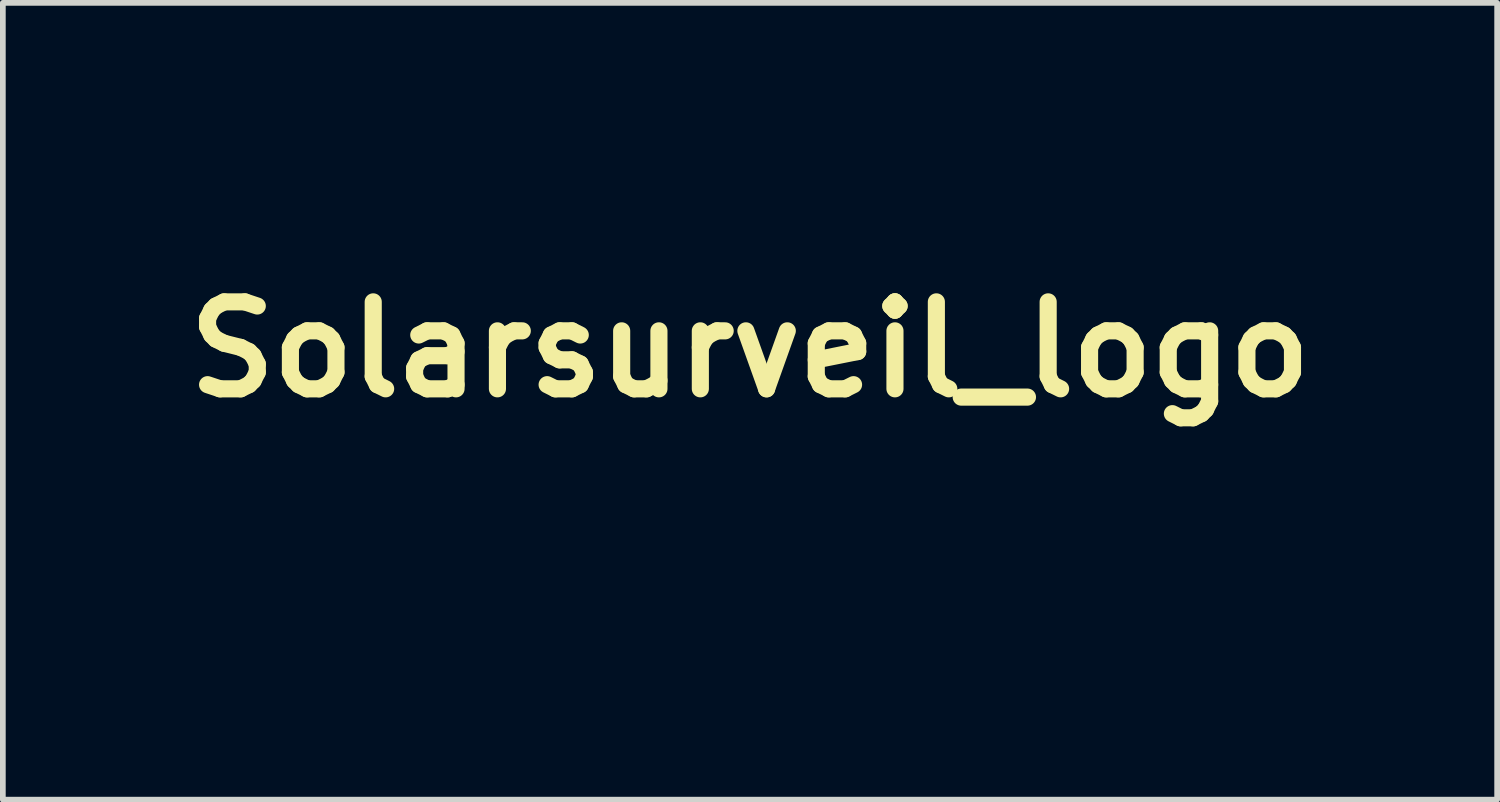
<source format=kicad_pcb>
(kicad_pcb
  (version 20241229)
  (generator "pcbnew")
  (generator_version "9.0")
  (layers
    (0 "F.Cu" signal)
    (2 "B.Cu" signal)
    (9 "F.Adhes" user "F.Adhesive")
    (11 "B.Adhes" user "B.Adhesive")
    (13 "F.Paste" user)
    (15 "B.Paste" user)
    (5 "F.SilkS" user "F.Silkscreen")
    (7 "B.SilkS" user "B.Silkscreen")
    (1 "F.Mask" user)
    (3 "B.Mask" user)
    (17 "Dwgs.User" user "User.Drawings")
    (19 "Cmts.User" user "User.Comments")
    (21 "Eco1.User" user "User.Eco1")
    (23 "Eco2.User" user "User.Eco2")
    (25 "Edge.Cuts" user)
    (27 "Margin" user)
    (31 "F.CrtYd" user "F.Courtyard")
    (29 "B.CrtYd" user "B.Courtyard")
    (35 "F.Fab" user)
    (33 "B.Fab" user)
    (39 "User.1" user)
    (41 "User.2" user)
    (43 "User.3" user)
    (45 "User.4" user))
  (footprint "Solarsurveil_logo"
    (layer "F.Cu")
    (at 10.095 3.075)
    (property "Reference" "Solarsurveil_logo" (at 0 0 0) (layer "F.SilkS") (effects (font (size 1.524 1.524) (thickness 0.3))))
    (attr through_hole)
    (fp_poly (pts (xy -1.329 1.299) (xy -1.338 1.309) (xy -1.348 1.299) (xy -1.338 1.29) (xy -1.329 1.299)) (stroke (width 0.01) (type solid)) (fill no) (layer "Eco2.User"))
    (fp_poly (pts (xy -1.329 1.631) (xy -1.338 1.641) (xy -1.348 1.631) (xy -1.338 1.622) (xy -1.329 1.631)) (stroke (width 0.01) (type solid)) (fill no) (layer "Eco2.User"))
    (fp_poly (pts (xy -0.84 2.081) (xy -0.85 2.091) (xy -0.86 2.081) (xy -0.85 2.071) (xy -0.84 2.081)) (stroke (width 0.01) (type solid)) (fill no) (layer "Eco2.User"))
    (fp_poly (pts (xy -0.274 2.12) (xy -0.283 2.13) (xy -0.293 2.12) (xy -0.283 2.11) (xy -0.274 2.12)) (stroke (width 0.01) (type solid)) (fill no) (layer "Eco2.User"))
    (fp_poly (pts (xy 0.137 2.1) (xy 0.127 2.11) (xy 0.117 2.1) (xy 0.127 2.091) (xy 0.137 2.1)) (stroke (width 0.01) (type solid)) (fill no) (layer "Eco2.User"))
    (fp_poly (pts (xy -0.436 2.097) (xy -0.434 2.12) (xy -0.436 2.123) (xy -0.448 2.12) (xy -0.449 2.11) (xy -0.442 2.094) (xy -0.436 2.097)) (stroke (width 0.01) (type solid)) (fill no) (layer "Eco2.User"))
    (fp_poly (pts (xy 0.306 2.097) (xy 0.308 2.12) (xy 0.306 2.123) (xy 0.294 2.12) (xy 0.293 2.11) (xy 0.3 2.094) (xy 0.306 2.097)) (stroke (width 0.01) (type solid)) (fill no) (layer "Eco2.User"))
    (fp_poly (pts (xy 0.541 -1.967) (xy 0.538 -1.955) (xy 0.528 -1.954) (xy 0.511 -1.961) (xy 0.515 -1.967) (xy 0.538 -1.969) (xy 0.541 -1.967)) (stroke (width 0.01) (type solid)) (fill no) (layer "Eco2.User"))
    (fp_poly (pts (xy 0.873 2.087) (xy 0.875 2.117) (xy 0.871 2.124) (xy 0.863 2.119) (xy 0.861 2.099) (xy 0.866 2.078) (xy 0.873 2.087)) (stroke (width 0.01) (type solid)) (fill no) (layer "Eco2.User"))
    (fp_poly (pts (xy -1.286 1.262) (xy -1.27 1.288) (xy -1.27 1.291) (xy -1.283 1.309) (xy -1.286 1.309) (xy -1.301 1.293) (xy -1.303 1.281) (xy -1.294 1.261) (xy -1.286 1.262)) (stroke (width 0.01) (type solid)) (fill no) (layer "Eco2.User"))
    (fp_poly (pts (xy -1.286 1.633) (xy -1.27 1.659) (xy -1.27 1.662) (xy -1.283 1.68) (xy -1.286 1.68) (xy -1.301 1.664) (xy -1.303 1.652) (xy -1.294 1.632) (xy -1.286 1.633)) (stroke (width 0.01) (type solid)) (fill no) (layer "Eco2.User"))
    (fp_poly (pts (xy -0.339 2.097) (xy -0.332 2.106) (xy -0.349 2.12) (xy -0.371 2.124) (xy -0.403 2.119) (xy -0.41 2.109) (xy -0.394 2.094) (xy -0.371 2.091) (xy -0.339 2.097)) (stroke (width 0.01) (type solid)) (fill no) (layer "Eco2.User"))
    (fp_poly (pts (xy 0.242 2.095) (xy 0.247 2.104) (xy 0.219 2.117) (xy 0.183 2.12) (xy 0.159 2.112) (xy 0.156 2.107) (xy 0.173 2.095) (xy 0.208 2.091) (xy 0.242 2.095)) (stroke (width 0.01) (type solid)) (fill no) (layer "Eco2.User"))
    (fp_poly (pts (xy -0.914 2.095) (xy -0.909 2.107) (xy -0.938 2.119) (xy -0.968 2.125) (xy -1.004 2.123) (xy -1.016 2.111) (xy -0.999 2.097) (xy -0.958 2.091) (xy -0.954 2.091) (xy -0.914 2.095)) (stroke (width 0.01) (type solid)) (fill no) (layer "Eco2.User"))
    (fp_poly (pts (xy 0.798 2.094) (xy 0.815 2.101) (xy 0.814 2.104) (xy 0.783 2.117) (xy 0.739 2.122) (xy 0.702 2.116) (xy 0.693 2.109) (xy 0.702 2.097) (xy 0.74 2.091) (xy 0.754 2.091) (xy 0.798 2.094)) (stroke (width 0.01) (type solid)) (fill no) (layer "Eco2.User"))
    (fp_poly (pts (xy -1.276 0.559) (xy -1.274 0.565) (xy -1.283 0.583) (xy -1.299 0.586) (xy -1.324 0.576) (xy -1.325 0.565) (xy -1.317 0.557) (xy -1.309 0.557) (xy -1.299 0.567) (xy -1.29 0.557) (xy -1.299 0.547) (xy -1.309 0.557) (xy -1.317 0.557) (xy -1.305 0.545) (xy -1.299 0.544) (xy -1.276 0.559)) (stroke (width 0.01) (type solid)) (fill no) (layer "Eco2.User"))
    (fp_poly (pts (xy -1.276 0.931) (xy -1.274 0.936) (xy -1.283 0.954) (xy -1.299 0.957) (xy -1.324 0.947) (xy -1.325 0.936) (xy -1.317 0.928) (xy -1.309 0.928) (xy -1.299 0.938) (xy -1.29 0.928) (xy -1.299 0.918) (xy -1.309 0.928) (xy -1.317 0.928) (xy -1.305 0.916) (xy -1.299 0.915) (xy -1.276 0.931)) (stroke (width 0.01) (type solid)) (fill no) (layer "Eco2.User"))
    (fp_poly (pts (xy -1.293 0.184) (xy -1.272 0.208) (xy -1.27 0.216) (xy -1.284 0.232) (xy -1.314 0.231) (xy -1.339 0.214) (xy -1.339 0.214) (xy -1.344 0.186) (xy -1.34 0.181) (xy -1.33 0.184) (xy -1.329 0.192) (xy -1.315 0.214) (xy -1.308 0.215) (xy -1.297 0.203) (xy -1.301 0.192) (xy -1.303 0.179) (xy -1.293 0.184)) (stroke (width 0.01) (type solid)) (fill no) (layer "Eco2.User"))
    (fp_poly (pts (xy 0.625 -1.948) (xy 0.686 -1.933) (xy 0.78 -1.903) (xy 0.824 -1.888) (xy 1.077 -1.781) (xy 1.31 -1.642) (xy 1.518 -1.474) (xy 1.701 -1.279) (xy 1.857 -1.06) (xy 1.983 -0.82) (xy 2.078 -0.56) (xy 2.128 -0.343) (xy 2.138 -0.272) (xy 2.145 -0.176) (xy 2.149 -0.074) (xy 2.149 -0.025) (xy 2.13 0.248) (xy 2.073 0.513) (xy 1.98 0.767) (xy 1.852 1.008) (xy 1.69 1.231) (xy 1.612 1.319) (xy 1.502 1.436) (xy 1.584 1.311) (xy 1.694 1.121) (xy 1.789 0.911) (xy 1.863 0.698) (xy 1.867 0.682) (xy 1.896 0.547) (xy 1.917 0.387) (xy 1.93 0.215) (xy 1.934 0.042) (xy 1.928 -0.118) (xy 1.915 -0.23) (xy 1.852 -0.514) (xy 1.754 -0.784) (xy 1.625 -1.036) (xy 1.466 -1.269) (xy 1.281 -1.478) (xy 1.07 -1.66) (xy 0.837 -1.813) (xy 0.734 -1.867) (xy 0.653 -1.909) (xy 0.609 -1.936) (xy 0.6 -1.949) (xy 0.625 -1.948)) (stroke (width 0.01) (type solid)) (fill no) (layer "Eco2.User"))
    (fp_poly (pts (xy 0.283 -3.06) (xy 0.616 -3.013) (xy 0.942 -2.931) (xy 1.259 -2.813) (xy 1.562 -2.66) (xy 1.737 -2.551) (xy 2.013 -2.344) (xy 2.261 -2.111) (xy 2.479 -1.855) (xy 2.667 -1.577) (xy 2.823 -1.281) (xy 2.946 -0.969) (xy 3.034 -0.644) (xy 3.087 -0.307) (xy 3.103 0.038) (xy 3.1 0.156) (xy 3.066 0.494) (xy 2.994 0.825) (xy 2.885 1.145) (xy 2.741 1.452) (xy 2.561 1.743) (xy 2.429 1.92) (xy 2.323 2.052) (xy 2.459 2.203) (xy 2.495 2.241) (xy 2.555 2.303) (xy 2.639 2.388) (xy 2.743 2.493) (xy 2.866 2.616) (xy 3.004 2.755) (xy 3.156 2.906) (xy 3.319 3.069) (xy 3.491 3.239) (xy 3.669 3.415) (xy 3.74 3.486) (xy 4.885 4.618) (xy 4.885 4.885) (xy 4.538 4.884) (xy 4.191 4.884) (xy 3.155 3.849) (xy 2.984 3.678) (xy 2.817 3.511) (xy 2.658 3.352) (xy 2.508 3.204) (xy 2.37 3.067) (xy 2.247 2.946) (xy 2.142 2.842) (xy 2.057 2.759) (xy 1.994 2.699) (xy 1.96 2.666) (xy 1.8 2.519) (xy 1.637 2.621) (xy 1.394 2.756) (xy 1.125 2.871) (xy 0.829 2.968) (xy 0.615 3.022) (xy 0.551 3.035) (xy 0.482 3.044) (xy 0.402 3.051) (xy 0.302 3.055) (xy 0.177 3.057) (xy 0.039 3.058) (xy -0.107 3.057) (xy -0.222 3.056) (xy -0.313 3.052) (xy -0.389 3.046) (xy -0.458 3.037) (xy -0.526 3.024) (xy -0.586 3.011) (xy -0.933 2.914) (xy -1.258 2.785) (xy -1.561 2.624) (xy -1.842 2.43) (xy -2.102 2.203) (xy -2.192 2.113) (xy -2.409 1.861) (xy -2.592 1.597) (xy -2.745 1.315) (xy -2.869 1.01) (xy -2.955 0.725) (xy -2.975 0.646) (xy -2.99 0.577) (xy -3.002 0.511) (xy -3.01 0.439) (xy -3.015 0.354) (xy -3.019 0.248) (xy -3.023 0.112) (xy -3.024 0.08) (xy -3.025 -0.02) (xy -2.369 -0.02) (xy -2.352 0.286) (xy -2.303 0.572) (xy -2.22 0.845) (xy -2.103 1.108) (xy -1.948 1.368) (xy -1.825 1.529) (xy -1.673 1.691) (xy -1.501 1.847) (xy -1.317 1.988) (xy -1.131 2.108) (xy -1.045 2.154) (xy -0.913 2.213) (xy -0.756 2.27) (xy -0.588 2.321) (xy -0.423 2.362) (xy -0.275 2.389) (xy -0.264 2.39) (xy -0.185 2.396) (xy -0.081 2.399) (xy 0.038 2.399) (xy 0.158 2.397) (xy 0.267 2.392) (xy 0.352 2.384) (xy 0.361 2.383) (xy 0.66 2.322) (xy 0.945 2.223) (xy 1.216 2.09) (xy 1.469 1.922) (xy 1.704 1.72) (xy 1.732 1.693) (xy 1.936 1.462) (xy 2.107 1.215) (xy 2.243 0.952) (xy 2.344 0.677) (xy 2.409 0.391) (xy 2.437 0.098) (xy 2.435 -0.083) (xy 2.402 -0.398) (xy 2.335 -0.693) (xy 2.233 -0.971) (xy 2.097 -1.233) (xy 1.925 -1.479) (xy 1.76 -1.668) (xy 1.537 -1.873) (xy 1.29 -2.048) (xy 1.023 -2.19) (xy 0.74 -2.298) (xy 0.635 -2.328) (xy 0.546 -2.351) (xy 0.471 -2.368) (xy 0.402 -2.379) (xy 0.329 -2.386) (xy 0.241 -2.389) (xy 0.129 -2.391) (xy 0.059 -2.392) (xy -0.09 -2.391) (xy -0.209 -2.388) (xy -0.306 -2.381) (xy -0.39 -2.369) (xy -0.449 -2.358) (xy -0.747 -2.276) (xy -1.023 -2.163) (xy -1.277 -2.018) (xy -1.514 -1.839) (xy -1.671 -1.693) (xy -1.879 -1.457) (xy -2.05 -1.21) (xy -2.184 -0.951) (xy -2.282 -0.679) (xy -2.343 -0.393) (xy -2.368 -0.093) (xy -2.369 -0.02) (xy -3.025 -0.02) (xy -3.026 -0.123) (xy -3.024 -0.289) (xy -3.017 -0.415) (xy -3.009 -0.485) (xy -2.937 -0.814) (xy -2.829 -1.13) (xy -2.688 -1.431) (xy -2.516 -1.714) (xy -2.315 -1.977) (xy -2.087 -2.218) (xy -1.835 -2.434) (xy -1.561 -2.622) (xy -1.266 -2.781) (xy -0.954 -2.908) (xy -0.718 -2.979) (xy -0.388 -3.043) (xy -0.052 -3.07) (xy 0.283 -3.06)) (stroke (width 0.01) (type solid)) (fill no) (layer "Eco2.User"))
    (fp_poly (pts (xy 1.368 0.183) (xy 1.372 0.187) (xy 1.369 0.208) (xy 1.351 0.253) (xy 1.328 0.299) (xy 1.296 0.363) (xy 1.27 0.42) (xy 1.26 0.447) (xy 1.254 0.479) (xy 1.268 0.488) (xy 1.307 0.482) (xy 1.35 0.479) (xy 1.368 0.488) (xy 1.368 0.489) (xy 1.351 0.502) (xy 1.308 0.508) (xy 1.299 0.508) (xy 1.264 0.51) (xy 1.239 0.52) (xy 1.217 0.546) (xy 1.191 0.595) (xy 1.164 0.653) (xy 1.122 0.746) (xy 1.095 0.808) (xy 1.086 0.845) (xy 1.093 0.863) (xy 1.117 0.866) (xy 1.16 0.86) (xy 1.184 0.856) (xy 1.268 0.843) (xy 1.322 0.836) (xy 1.351 0.835) (xy 1.364 0.84) (xy 1.367 0.85) (xy 1.35 0.861) (xy 1.303 0.874) (xy 1.235 0.886) (xy 1.209 0.889) (xy 1.049 0.909) (xy 0.926 1.182) (xy 0.883 1.278) (xy 0.846 1.363) (xy 0.819 1.43) (xy 0.804 1.471) (xy 0.802 1.48) (xy 0.789 1.503) (xy 0.761 1.495) (xy 0.751 1.487) (xy 0.727 1.475) (xy 0.672 1.454) (xy 0.595 1.427) (xy 0.502 1.396) (xy 0.471 1.386) (xy 0.209 1.303) (xy 0.08 1.438) (xy 0.008 1.514) (xy -0.077 1.603) (xy -0.162 1.692) (xy -0.2 1.732) (xy -0.351 1.89) (xy -0.466 1.83) (xy -0.581 1.77) (xy -0.735 1.885) (xy -0.804 1.938) (xy -0.861 1.984) (xy -0.9 2.018) (xy -0.91 2.029) (xy -0.932 2.047) (xy -0.947 2.033) (xy -0.948 2.003) (xy -0.94 1.994) (xy -0.9 1.968) (xy -0.846 1.929) (xy -0.784 1.884) (xy -0.723 1.838) (xy -0.671 1.797) (xy -0.636 1.768) (xy -0.626 1.757) (xy -0.631 1.753) (xy -0.555 1.753) (xy -0.478 1.794) (xy -0.424 1.819) (xy -0.38 1.834) (xy -0.369 1.836) (xy -0.342 1.823) (xy -0.298 1.787) (xy -0.244 1.735) (xy -0.224 1.714) (xy -0.16 1.646) (xy -0.081 1.563) (xy 0.001 1.478) (xy 0.045 1.431) (xy 0.2 1.27) (xy 0.482 1.36) (xy 0.581 1.391) (xy 0.666 1.415) (xy 0.73 1.433) (xy 0.767 1.441) (xy 0.774 1.441) (xy 0.785 1.42) (xy 0.809 1.371) (xy 0.842 1.3) (xy 0.882 1.212) (xy 0.897 1.18) (xy 0.944 1.074) (xy 0.974 1) (xy 0.987 0.953) (xy 0.981 0.927) (xy 0.957 0.919) (xy 0.913 0.924) (xy 0.861 0.935) (xy 0.813 0.944) (xy 0.774 0.941) (xy 0.73 0.923) (xy 0.667 0.887) (xy 0.608 0.853) (xy 0.56 0.829) (xy 0.536 0.821) (xy 0.514 0.834) (xy 0.473 0.87) (xy 0.417 0.923) (xy 0.365 0.974) (xy 0.216 1.128) (xy 0.099 1.087) (xy 0.038 1.067) (xy -0.007 1.056) (xy -0.025 1.056) (xy -0.044 1.084) (xy -0.078 1.137) (xy -0.12 1.206) (xy -0.168 1.286) (xy -0.216 1.368) (xy -0.261 1.446) (xy -0.298 1.512) (xy -0.323 1.558) (xy -0.332 1.578) (xy -0.348 1.601) (xy -0.366 1.611) (xy -0.401 1.63) (xy -0.45 1.665) (xy -0.478 1.688) (xy -0.555 1.753) (xy -0.631 1.753) (xy -0.642 1.745) (xy -0.686 1.72) (xy -0.749 1.688) (xy -0.786 1.67) (xy -0.868 1.631) (xy -0.919 1.606) (xy -0.948 1.591) (xy -0.959 1.582) (xy -0.958 1.576) (xy -0.952 1.57) (xy -0.93 1.574) (xy -0.883 1.592) (xy -0.816 1.623) (xy -0.764 1.649) (xy -0.589 1.739) (xy -0.475 1.645) (xy -0.418 1.592) (xy -0.362 1.529) (xy -0.303 1.448) (xy -0.235 1.342) (xy -0.209 1.3) (xy -0.157 1.212) (xy -0.114 1.135) (xy -0.085 1.076) (xy -0.072 1.041) (xy -0.072 1.035) (xy -0.093 1.024) (xy 0.003 1.024) (xy 0.037 1.042) (xy 0.091 1.058) (xy 0.149 1.071) (xy 0.197 1.075) (xy 0.215 1.073) (xy 0.242 1.053) (xy 0.289 1.013) (xy 0.348 0.96) (xy 0.381 0.931) (xy 0.517 0.805) (xy 0.5 0.797) (xy 0.559 0.797) (xy 0.656 0.847) (xy 0.748 0.884) (xy 0.843 0.897) (xy 0.956 0.887) (xy 0.961 0.887) (xy 0.995 0.879) (xy 1.021 0.864) (xy 1.045 0.836) (xy 1.072 0.786) (xy 1.109 0.708) (xy 1.11 0.706) (xy 1.143 0.633) (xy 1.167 0.574) (xy 1.18 0.538) (xy 1.181 0.531) (xy 1.161 0.53) (xy 1.11 0.535) (xy 1.038 0.542) (xy 0.983 0.549) (xy 0.791 0.574) (xy 0.675 0.685) (xy 0.559 0.797) (xy 0.5 0.797) (xy 0.367 0.731) (xy 0.298 0.698) (xy 0.244 0.675) (xy 0.213 0.665) (xy 0.209 0.665) (xy 0.191 0.692) (xy 0.16 0.741) (xy 0.123 0.804) (xy 0.084 0.871) (xy 0.048 0.935) (xy 0.02 0.987) (xy 0.004 1.019) (xy 0.003 1.024) (xy -0.093 1.024) (xy -0.098 1.022) (xy -0.15 1.003) (xy -0.217 0.982) (xy -0.217 0.981) (xy -0.297 0.961) (xy -0.35 0.955) (xy -0.383 0.964) (xy -0.416 0.985) (xy -0.471 1.025) (xy -0.543 1.078) (xy -0.623 1.138) (xy -0.704 1.201) (xy -0.779 1.259) (xy -0.841 1.309) (xy -0.881 1.343) (xy -0.884 1.345) (xy -0.922 1.373) (xy -0.949 1.381) (xy -0.952 1.379) (xy -0.95 1.358) (xy -0.932 1.341) (xy -0.897 1.317) (xy -0.84 1.275) (xy -0.767 1.221) (xy -0.686 1.16) (xy -0.604 1.098) (xy -0.527 1.038) (xy -0.463 0.988) (xy -0.419 0.953) (xy -0.404 0.94) (xy -0.385 0.924) (xy -0.364 0.917) (xy -0.331 0.922) (xy -0.278 0.938) (xy -0.21 0.961) (xy -0.13 0.988) (xy -0.077 1.002) (xy -0.046 1.002) (xy -0.029 0.992) (xy -0.007 0.962) (xy 0.027 0.911) (xy 0.066 0.846) (xy 0.106 0.778) (xy 0.141 0.716) (xy 0.166 0.669) (xy 0.176 0.645) (xy 0.184 0.624) (xy 0.21 0.621) (xy 0.259 0.638) (xy 0.335 0.677) (xy 0.37 0.697) (xy 0.53 0.787) (xy 0.651 0.668) (xy 0.772 0.549) (xy 0.984 0.525) (xy 1.197 0.5) (xy 1.263 0.363) (xy 1.294 0.295) (xy 1.317 0.238) (xy 1.328 0.204) (xy 1.329 0.201) (xy 1.341 0.178) (xy 1.368 0.183)) (stroke (width 0.01) (type solid)) (fill no) (layer "Eco2.User"))
    (fp_poly (pts (xy -0.425 -1.867) (xy -0.416 -1.864) (xy -0.382 -1.847) (xy -0.322 -1.812) (xy -0.243 -1.763) (xy -0.151 -1.705) (xy -0.078 -1.658) (xy 0.032 -1.586) (xy 0.148 -1.511) (xy 0.257 -1.44) (xy 0.35 -1.38) (xy 0.386 -1.357) (xy 0.594 -1.223) (xy 0.773 -1.106) (xy 0.924 -1.008) (xy 1.044 -0.928) (xy 1.134 -0.868) (xy 1.192 -0.827) (xy 1.218 -0.806) (xy 1.219 -0.805) (xy 1.214 -0.78) (xy 1.185 -0.748) (xy 1.183 -0.747) (xy 1.135 -0.709) (xy 1.261 -0.626) (xy 1.336 -0.571) (xy 1.378 -0.524) (xy 1.388 -0.481) (xy 1.37 -0.435) (xy 1.362 -0.423) (xy 1.338 -0.405) (xy 1.283 -0.376) (xy 1.202 -0.336) (xy 1.102 -0.289) (xy 0.987 -0.237) (xy 0.911 -0.204) (xy 0.772 -0.144) (xy 0.662 -0.097) (xy 0.573 -0.063) (xy 0.498 -0.04) (xy 0.43 -0.027) (xy 0.362 -0.022) (xy 0.286 -0.023) (xy 0.194 -0.03) (xy 0.081 -0.04) (xy 0.068 -0.041) (xy -0.091 -0.056) (xy -0.278 -0.073) (xy -0.478 -0.091) (xy -0.68 -0.108) (xy -0.871 -0.125) (xy -1.036 -0.138) (xy -1.138 -0.147) (xy -1.228 -0.157) (xy -1.298 -0.166) (xy -1.339 -0.173) (xy -1.345 -0.175) (xy -1.353 -0.186) (xy -1.359 -0.212) (xy -1.36 -0.217) (xy -1.103 -0.217) (xy -1.1 -0.21) (xy -1.061 -0.201) (xy -0.989 -0.192) (xy -0.887 -0.181) (xy -0.83 -0.177) (xy -0.709 -0.167) (xy -0.589 -0.157) (xy -0.481 -0.147) (xy -0.396 -0.14) (xy -0.371 -0.137) (xy -0.295 -0.13) (xy -0.232 -0.123) (xy -0.193 -0.12) (xy -0.191 -0.12) (xy -0.172 -0.123) (xy -0.162 -0.143) (xy -0.16 -0.159) (xy -0.098 -0.159) (xy -0.091 -0.135) (xy -0.068 -0.118) (xy -0.021 -0.106) (xy 0.055 -0.097) (xy 0.127 -0.091) (xy 0.195 -0.087) (xy 0.255 -0.083) (xy 0.274 -0.082) (xy 0.322 -0.079) (xy 0.315 -0.085) (xy 0.467 -0.085) (xy 0.474 -0.078) (xy 0.492 -0.086) (xy 0.542 -0.107) (xy 0.617 -0.139) (xy 0.712 -0.18) (xy 0.824 -0.228) (xy 0.898 -0.26) (xy 1.017 -0.313) (xy 1.123 -0.361) (xy 1.212 -0.403) (xy 1.278 -0.436) (xy 1.316 -0.458) (xy 1.324 -0.465) (xy 1.309 -0.464) (xy 1.263 -0.449) (xy 1.192 -0.421) (xy 1.099 -0.384) (xy 0.99 -0.338) (xy 0.925 -0.31) (xy 0.806 -0.259) (xy 0.699 -0.212) (xy 0.609 -0.173) (xy 0.542 -0.144) (xy 0.501 -0.126) (xy 0.493 -0.123) (xy 0.474 -0.106) (xy 0.467 -0.085) (xy 0.315 -0.085) (xy 0.274 -0.117) (xy 0.247 -0.135) (xy 0.218 -0.148) (xy 0.176 -0.159) (xy 0.113 -0.171) (xy 0.022 -0.184) (xy -0.005 -0.187) (xy -0.061 -0.193) (xy -0.088 -0.189) (xy -0.097 -0.172) (xy -0.098 -0.159) (xy -0.16 -0.159) (xy -0.157 -0.187) (xy -0.156 -0.252) (xy -0.156 -0.315) (xy -0.098 -0.315) (xy -0.087 -0.265) (xy -0.064 -0.248) (xy -0.027 -0.242) (xy 0.02 -0.238) (xy 0.064 -0.236) (xy 0.093 -0.238) (xy 0.096 -0.241) (xy 0.077 -0.255) (xy 0.035 -0.283) (xy -0.005 -0.31) (xy -0.098 -0.373) (xy -0.098 -0.315) (xy -0.156 -0.315) (xy -0.156 -0.387) (xy -0.239 -0.396) (xy -0.295 -0.395) (xy -0.383 -0.383) (xy -0.505 -0.36) (xy -0.661 -0.326) (xy -0.694 -0.318) (xy -0.811 -0.291) (xy -0.917 -0.265) (xy -1.006 -0.243) (xy -1.069 -0.227) (xy -1.102 -0.217) (xy -1.103 -0.217) (xy -1.36 -0.217) (xy -1.364 -0.257) (xy -1.368 -0.324) (xy -1.37 -0.417) (xy -1.37 -0.459) (xy -1.321 -0.459) (xy -1.321 -0.377) (xy -1.319 -0.323) (xy -1.318 -0.3) (xy -1.315 -0.311) (xy -1.314 -0.326) (xy -1.312 -0.415) (xy -1.312 -0.516) (xy -1.314 -0.58) (xy -1.317 -0.611) (xy -1.319 -0.605) (xy -1.32 -0.566) (xy -1.321 -0.497) (xy -1.321 -0.459) (xy -1.37 -0.459) (xy -1.371 -0.541) (xy -1.372 -0.687) (xy -1.25 -0.687) (xy -1.25 -0.238) (xy -1.187 -0.256) (xy -1.145 -0.266) (xy -1.075 -0.284) (xy -0.983 -0.306) (xy -0.88 -0.331) (xy -0.84 -0.34) (xy -0.735 -0.365) (xy -0.638 -0.388) (xy -0.558 -0.406) (xy -0.505 -0.418) (xy -0.493 -0.42) (xy -0.453 -0.432) (xy -0.435 -0.452) (xy -0.431 -0.493) (xy -0.312 -0.493) (xy -0.304 -0.47) (xy -0.275 -0.452) (xy -0.258 -0.45) (xy -0.237 -0.453) (xy -0.248 -0.467) (xy -0.262 -0.479) (xy -0.297 -0.498) (xy -0.312 -0.493) (xy -0.431 -0.493) (xy -0.43 -0.495) (xy -0.43 -0.514) (xy -0.431 -0.596) (xy -0.813 -0.85) (xy -0.923 -0.923) (xy -1.022 -0.989) (xy -1.107 -1.044) (xy -1.172 -1.087) (xy -1.213 -1.113) (xy -1.223 -1.12) (xy -1.232 -1.12) (xy -1.239 -1.106) (xy -1.244 -1.074) (xy -1.247 -1.02) (xy -1.249 -0.939) (xy -1.25 -0.827) (xy -1.25 -0.687) (xy -1.372 -0.687) (xy -1.372 -0.698) (xy -1.372 -0.773) (xy -1.372 -1.006) (xy -1.302 -1.006) (xy -1.301 -0.941) (xy -1.3 -0.906) (xy -1.297 -0.904) (xy -1.295 -0.924) (xy -1.292 -1.002) (xy -1.293 -1.081) (xy -1.295 -1.1) (xy -1.298 -1.118) (xy -1.3 -1.101) (xy -1.302 -1.053) (xy -1.302 -1.006) (xy -1.372 -1.006) (xy -1.372 -1.273) (xy -1.329 -1.273) (xy -1.313 -1.26) (xy -1.268 -1.227) (xy -1.198 -1.177) (xy -1.106 -1.113) (xy -0.995 -1.037) (xy -0.869 -0.952) (xy -0.732 -0.86) (xy -0.702 -0.84) (xy -0.55 -0.738) (xy -0.399 -0.637) (xy -0.252 -0.539) (xy -0.117 -0.448) (xy 0.002 -0.368) (xy 0.099 -0.303) (xy 0.163 -0.26) (xy 0.263 -0.193) (xy 0.335 -0.147) (xy 0.383 -0.117) (xy 0.412 -0.103) (xy 0.427 -0.101) (xy 0.43 -0.108) (xy 0.414 -0.12) (xy 0.369 -0.152) (xy 0.297 -0.202) (xy 0.201 -0.267) (xy 0.172 -0.287) (xy 0.273 -0.287) (xy 0.356 -0.231) (xy 0.407 -0.2) (xy 0.444 -0.18) (xy 0.456 -0.176) (xy 0.481 -0.183) (xy 0.53 -0.201) (xy 0.573 -0.218) (xy 0.631 -0.244) (xy 0.675 -0.265) (xy 0.69 -0.274) (xy 0.684 -0.291) (xy 0.652 -0.32) (xy 0.623 -0.341) (xy 0.542 -0.395) (xy 0.273 -0.287) (xy 0.172 -0.287) (xy 0.085 -0.345) (xy -0.05 -0.436) (xy -0.199 -0.535) (xy -0.213 -0.545) (xy -0.098 -0.545) (xy -0.082 -0.529) (xy -0.043 -0.499) (xy 0.013 -0.46) (xy 0.075 -0.419) (xy 0.136 -0.38) (xy 0.187 -0.349) (xy 0.218 -0.333) (xy 0.222 -0.332) (xy 0.249 -0.339) (xy 0.299 -0.356) (xy 0.354 -0.376) (xy 0.413 -0.4) (xy 0.454 -0.42) (xy 0.609 -0.42) (xy 0.62 -0.408) (xy 0.654 -0.384) (xy 0.699 -0.357) (xy 0.745 -0.331) (xy 0.778 -0.315) (xy 0.786 -0.313) (xy 0.81 -0.32) (xy 0.859 -0.34) (xy 0.925 -0.368) (xy 0.939 -0.374) (xy 1.077 -0.436) (xy 0.989 -0.491) (xy 0.9 -0.546) (xy 0.758 -0.486) (xy 0.69 -0.457) (xy 0.638 -0.434) (xy 0.611 -0.421) (xy 0.609 -0.42) (xy 0.454 -0.42) (xy 0.455 -0.42) (xy 0.468 -0.43) (xy 0.453 -0.444) (xy 0.413 -0.475) (xy 0.353 -0.516) (xy 0.312 -0.544) (xy 0.156 -0.648) (xy 0.029 -0.603) (xy -0.034 -0.578) (xy -0.079 -0.558) (xy -0.098 -0.545) (xy -0.098 -0.545) (xy -0.213 -0.545) (xy -0.359 -0.643) (xy -0.449 -0.703) (xy -0.615 -0.813) (xy -0.642 -0.831) (xy -0.517 -0.831) (xy -0.5 -0.804) (xy -0.453 -0.768) (xy -0.374 -0.714) (xy -0.366 -0.709) (xy -0.292 -0.661) (xy -0.23 -0.621) (xy -0.188 -0.596) (xy -0.172 -0.588) (xy -0.147 -0.593) (xy -0.099 -0.609) (xy -0.064 -0.622) (xy -0.002 -0.646) (xy 0.037 -0.661) (xy 0.25 -0.661) (xy 0.251 -0.66) (xy 0.284 -0.632) (xy 0.337 -0.594) (xy 0.399 -0.553) (xy 0.461 -0.514) (xy 0.512 -0.485) (xy 0.543 -0.47) (xy 0.546 -0.47) (xy 0.577 -0.476) (xy 0.632 -0.494) (xy 0.7 -0.519) (xy 0.702 -0.52) (xy 0.766 -0.546) (xy 0.814 -0.566) (xy 0.815 -0.567) (xy 0.977 -0.567) (xy 0.993 -0.552) (xy 1.029 -0.527) (xy 1.075 -0.5) (xy 1.116 -0.478) (xy 1.139 -0.47) (xy 1.165 -0.476) (xy 1.211 -0.493) (xy 1.222 -0.497) (xy 1.265 -0.517) (xy 1.289 -0.532) (xy 1.29 -0.534) (xy 1.275 -0.548) (xy 1.237 -0.576) (xy 1.213 -0.593) (xy 1.165 -0.623) (xy 1.131 -0.633) (xy 1.095 -0.625) (xy 1.057 -0.61) (xy 1.009 -0.588) (xy 0.981 -0.571) (xy 0.977 -0.567) (xy 0.815 -0.567) (xy 0.836 -0.577) (xy 0.837 -0.577) (xy 0.824 -0.589) (xy 0.787 -0.616) (xy 0.733 -0.653) (xy 0.671 -0.695) (xy 0.609 -0.735) (xy 0.555 -0.768) (xy 0.551 -0.77) (xy 0.523 -0.772) (xy 0.474 -0.761) (xy 0.413 -0.743) (xy 0.35 -0.72) (xy 0.296 -0.697) (xy 0.259 -0.675) (xy 0.25 -0.661) (xy 0.037 -0.661) (xy 0.049 -0.665) (xy 0.066 -0.671) (xy 0.075 -0.681) (xy 0.063 -0.699) (xy 0.027 -0.729) (xy -0.037 -0.774) (xy -0.089 -0.809) (xy -0.279 -0.934) (xy -0.384 -0.898) (xy -0.458 -0.872) (xy -0.502 -0.851) (xy -0.517 -0.831) (xy -0.642 -0.831) (xy -0.77 -0.915) (xy -0.913 -1.009) (xy -1.039 -1.091) (xy -1.075 -1.115) (xy -0.964 -1.115) (xy -0.963 -1.113) (xy -0.938 -1.094) (xy -0.89 -1.061) (xy -0.829 -1.02) (xy -0.762 -0.977) (xy -0.698 -0.935) (xy -0.645 -0.902) (xy -0.612 -0.882) (xy -0.605 -0.879) (xy -0.582 -0.885) (xy -0.533 -0.9) (xy -0.473 -0.92) (xy -0.411 -0.942) (xy -0.385 -0.952) (xy -0.19 -0.952) (xy -0.173 -0.935) (xy -0.129 -0.903) (xy -0.067 -0.859) (xy -0.011 -0.823) (xy 0.162 -0.71) (xy 0.438 -0.814) (xy 0.586 -0.814) (xy 0.747 -0.711) (xy 0.816 -0.666) (xy 0.871 -0.632) (xy 0.904 -0.61) (xy 0.911 -0.606) (xy 0.929 -0.613) (xy 0.971 -0.631) (xy 0.996 -0.642) (xy 1.077 -0.679) (xy 0.965 -0.752) (xy 1.075 -0.752) (xy 1.084 -0.742) (xy 1.094 -0.752) (xy 1.084 -0.762) (xy 1.075 -0.752) (xy 0.965 -0.752) (xy 0.936 -0.772) (xy 0.875 -0.811) (xy 0.977 -0.811) (xy 0.987 -0.801) (xy 0.996 -0.811) (xy 0.987 -0.821) (xy 0.977 -0.811) (xy 0.875 -0.811) (xy 0.869 -0.814) (xy 0.814 -0.847) (xy 0.809 -0.85) (xy 0.918 -0.85) (xy 0.928 -0.84) (xy 0.938 -0.85) (xy 0.928 -0.86) (xy 0.918 -0.85) (xy 0.809 -0.85) (xy 0.779 -0.865) (xy 0.773 -0.867) (xy 0.743 -0.862) (xy 0.692 -0.848) (xy 0.669 -0.841) (xy 0.586 -0.814) (xy 0.438 -0.814) (xy 0.47 -0.826) (xy 0.318 -0.923) (xy 0.246 -0.969) (xy 0.183 -1.009) (xy 0.138 -1.037) (xy 0.128 -1.044) (xy 0.102 -1.055) (xy 0.068 -1.054) (xy 0.015 -1.041) (xy -0.053 -1.019) (xy -0.12 -0.993) (xy -0.168 -0.97) (xy -0.19 -0.954) (xy -0.19 -0.952) (xy -0.385 -0.952) (xy -0.368 -0.959) (xy -0.352 -0.968) (xy -0.367 -0.982) (xy -0.408 -1.012) (xy -0.469 -1.054) (xy -0.529 -1.095) (xy -0.707 -1.215) (xy -0.843 -1.171) (xy -0.907 -1.149) (xy -0.949 -1.128) (xy -0.964 -1.115) (xy -1.075 -1.115) (xy -1.146 -1.161) (xy -1.231 -1.215) (xy -1.291 -1.253) (xy -1.324 -1.272) (xy -1.329 -1.273) (xy -1.372 -1.273) (xy -1.372 -1.329) (xy -1.256 -1.329) (xy -1.249 -1.312) (xy -1.216 -1.281) (xy -1.168 -1.244) (xy -1.101 -1.202) (xy -1.043 -1.183) (xy -0.982 -1.185) (xy -0.906 -1.208) (xy -0.857 -1.228) (xy -0.847 -1.232) (xy -0.625 -1.232) (xy -0.61 -1.219) (xy -0.57 -1.19) (xy -0.514 -1.151) (xy -0.45 -1.107) (xy -0.386 -1.065) (xy -0.33 -1.029) (xy -0.29 -1.004) (xy -0.277 -0.998) (xy -0.256 -1.003) (xy -0.209 -1.019) (xy -0.143 -1.042) (xy -0.125 -1.048) (xy -0.057 -1.073) (xy -0.007 -1.093) (xy -0.002 -1.095) (xy 0.186 -1.095) (xy 0.198 -1.079) (xy 0.235 -1.049) (xy 0.289 -1.01) (xy 0.353 -0.966) (xy 0.418 -0.924) (xy 0.477 -0.889) (xy 0.521 -0.866) (xy 0.539 -0.86) (xy 0.571 -0.866) (xy 0.62 -0.88) (xy 0.623 -0.881) (xy 0.647 -0.893) (xy 0.863 -0.893) (xy 0.868 -0.882) (xy 0.887 -0.861) (xy 0.899 -0.866) (xy 0.899 -0.868) (xy 0.885 -0.885) (xy 0.876 -0.891) (xy 0.863 -0.893) (xy 0.647 -0.893) (xy 0.663 -0.901) (xy 0.68 -0.92) (xy 0.679 -0.922) (xy 0.673 -0.928) (xy 0.801 -0.928) (xy 0.811 -0.918) (xy 0.821 -0.928) (xy 0.811 -0.938) (xy 0.801 -0.928) (xy 0.673 -0.928) (xy 0.661 -0.94) (xy 0.619 -0.971) (xy 0.746 -0.971) (xy 0.75 -0.96) (xy 0.77 -0.939) (xy 0.781 -0.944) (xy 0.782 -0.946) (xy 0.768 -0.963) (xy 0.759 -0.969) (xy 0.746 -0.971) (xy 0.619 -0.971) (xy 0.617 -0.973) (xy 0.554 -1.016) (xy 0.533 -1.03) (xy 0.649 -1.03) (xy 0.652 -1.024) (xy 0.673 -1.007) (xy 0.708 -0.982) (xy 0.722 -0.979) (xy 0.723 -0.986) (xy 0.708 -1) (xy 0.679 -1.016) (xy 0.649 -1.03) (xy 0.533 -1.03) (xy 0.504 -1.049) (xy 0.472 -1.069) (xy 0.589 -1.069) (xy 0.594 -1.058) (xy 0.614 -1.037) (xy 0.625 -1.041) (xy 0.625 -1.044) (xy 0.611 -1.061) (xy 0.603 -1.067) (xy 0.589 -1.069) (xy 0.472 -1.069) (xy 0.427 -1.097) (xy 0.408 -1.108) (xy 0.531 -1.108) (xy 0.535 -1.097) (xy 0.555 -1.076) (xy 0.566 -1.081) (xy 0.567 -1.083) (xy 0.553 -1.1) (xy 0.544 -1.106) (xy 0.531 -1.108) (xy 0.408 -1.108) (xy 0.374 -1.127) (xy 0.337 -1.142) (xy 0.307 -1.144) (xy 0.276 -1.137) (xy 0.265 -1.134) (xy 0.217 -1.115) (xy 0.188 -1.098) (xy 0.186 -1.095) (xy -0.002 -1.095) (xy 0.018 -1.105) (xy 0.02 -1.106) (xy 0.004 -1.119) (xy -0.037 -1.149) (xy -0.097 -1.19) (xy -0.152 -1.227) (xy -0.323 -1.34) (xy -0.474 -1.291) (xy -0.544 -1.268) (xy -0.597 -1.247) (xy -0.623 -1.234) (xy -0.625 -1.232) (xy -0.847 -1.232) (xy -0.777 -1.262) (xy -0.892 -1.336) (xy -1.006 -1.41) (xy -1.123 -1.376) (xy -1.187 -1.356) (xy -1.236 -1.339) (xy -1.256 -1.329) (xy -1.372 -1.329) (xy -1.372 -1.356) (xy -1.236 -1.398) (xy -1.168 -1.419) (xy -1.164 -1.42) (xy -0.901 -1.42) (xy -0.886 -1.401) (xy -0.846 -1.37) (xy -0.8 -1.339) (xy -0.698 -1.275) (xy -0.543 -1.326) (xy -0.469 -1.351) (xy -0.454 -1.357) (xy -0.258 -1.357) (xy -0.085 -1.247) (xy -0.013 -1.201) (xy 0.047 -1.164) (xy 0.088 -1.14) (xy 0.1 -1.134) (xy 0.124 -1.141) (xy 0.17 -1.157) (xy 0.186 -1.164) (xy 0.221 -1.179) (xy 0.239 -1.192) (xy 0.236 -1.208) (xy 0.21 -1.232) (xy 0.198 -1.241) (xy 0.313 -1.241) (xy 0.327 -1.227) (xy 0.364 -1.201) (xy 0.411 -1.169) (xy 0.458 -1.139) (xy 0.492 -1.119) (xy 0.503 -1.114) (xy 0.508 -1.122) (xy 0.493 -1.135) (xy 0.453 -1.163) (xy 0.41 -1.19) (xy 0.359 -1.22) (xy 0.323 -1.238) (xy 0.313 -1.241) (xy 0.198 -1.241) (xy 0.158 -1.268) (xy 0.082 -1.316) (xy -0.002 -1.367) (xy -0.066 -1.395) (xy -0.119 -1.403) (xy -0.171 -1.393) (xy -0.202 -1.381) (xy -0.258 -1.357) (xy -0.454 -1.357) (xy -0.426 -1.369) (xy -0.41 -1.383) (xy -0.415 -1.396) (xy -0.424 -1.403) (xy -0.462 -1.429) (xy -0.517 -1.463) (xy -0.538 -1.476) (xy -0.617 -1.523) (xy -0.76 -1.48) (xy -0.827 -1.457) (xy -0.877 -1.436) (xy -0.901 -1.421) (xy -0.901 -1.42) (xy -1.164 -1.42) (xy -1.073 -1.447) (xy -0.962 -1.479) (xy -0.846 -1.512) (xy -0.804 -1.524) (xy -0.759 -1.537) (xy -0.507 -1.537) (xy -0.483 -1.511) (xy -0.442 -1.478) (xy -0.395 -1.446) (xy -0.35 -1.421) (xy -0.316 -1.409) (xy -0.313 -1.409) (xy -0.275 -1.416) (xy -0.223 -1.432) (xy -0.218 -1.433) (xy -0.152 -1.457) (xy -0.257 -1.526) (xy -0.311 -1.562) (xy -0.351 -1.58) (xy -0.389 -1.583) (xy -0.438 -1.572) (xy -0.507 -1.551) (xy -0.507 -1.537) (xy -0.759 -1.537) (xy -0.508 -1.609) (xy -0.508 -1.718) (xy -0.507 -1.734) (xy -0.461 -1.734) (xy -0.447 -1.722) (xy -0.406 -1.693) (xy -0.343 -1.651) (xy -0.263 -1.598) (xy -0.173 -1.54) (xy -0.078 -1.478) (xy 0.017 -1.417) (xy 0.105 -1.361) (xy 0.182 -1.313) (xy 0.242 -1.276) (xy 0.279 -1.255) (xy 0.288 -1.251) (xy 0.293 -1.258) (xy 0.277 -1.271) (xy 0.234 -1.301) (xy 0.169 -1.345) (xy 0.086 -1.399) (xy 0.01 -1.449) (xy -0.125 -1.536) (xy -0.232 -1.604) (xy -0.312 -1.655) (xy -0.371 -1.692) (xy -0.411 -1.716) (xy -0.437 -1.73) (xy -0.452 -1.735) (xy -0.459 -1.735) (xy -0.461 -1.734) (xy -0.507 -1.734) (xy -0.504 -1.802) (xy -0.501 -1.812) (xy -0.43 -1.812) (xy -0.424 -1.805) (xy -0.389 -1.779) (xy -0.327 -1.736) (xy -0.242 -1.679) (xy -0.137 -1.61) (xy -0.016 -1.53) (xy 0.119 -1.443) (xy 0.263 -1.349) (xy 0.283 -1.336) (xy 0.364 -1.284) (xy 0.466 -1.218) (xy 0.579 -1.145) (xy 0.691 -1.072) (xy 0.733 -1.045) (xy 0.868 -0.957) (xy 0.974 -0.889) (xy 1.053 -0.839) (xy 1.108 -0.805) (xy 1.142 -0.785) (xy 1.158 -0.779) (xy 1.158 -0.783) (xy 1.145 -0.797) (xy 1.142 -0.8) (xy 1.134 -0.806) (xy 1.117 -0.818) (xy 1.089 -0.837) (xy 1.047 -0.865) (xy 0.989 -0.903) (xy 0.913 -0.952) (xy 0.816 -1.015) (xy 0.697 -1.092) (xy 0.552 -1.185) (xy 0.38 -1.296) (xy 0.179 -1.426) (xy 0.102 -1.476) (xy 0.004 -1.538) (xy -0.102 -1.608) (xy -0.202 -1.672) (xy -0.24 -1.697) (xy -0.312 -1.743) (xy -0.374 -1.781) (xy -0.417 -1.806) (xy -0.43 -1.812) (xy -0.501 -1.812) (xy -0.49 -1.852) (xy -0.465 -1.872) (xy -0.425 -1.867)) (stroke (width 0.01) (type solid)) (fill no) (layer "Eco2.User")))
  (gr_rect
    (start -3 -3)
    (end 23.189 10.965)
    (stroke (width 0.1) (type default))
    (fill no)
    (layer "Edge.Cuts")))
</source>
